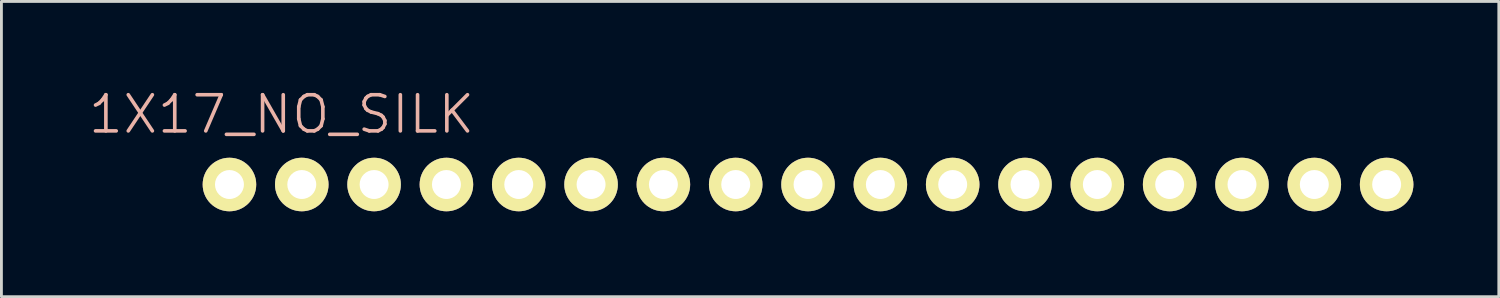
<source format=kicad_pcb>
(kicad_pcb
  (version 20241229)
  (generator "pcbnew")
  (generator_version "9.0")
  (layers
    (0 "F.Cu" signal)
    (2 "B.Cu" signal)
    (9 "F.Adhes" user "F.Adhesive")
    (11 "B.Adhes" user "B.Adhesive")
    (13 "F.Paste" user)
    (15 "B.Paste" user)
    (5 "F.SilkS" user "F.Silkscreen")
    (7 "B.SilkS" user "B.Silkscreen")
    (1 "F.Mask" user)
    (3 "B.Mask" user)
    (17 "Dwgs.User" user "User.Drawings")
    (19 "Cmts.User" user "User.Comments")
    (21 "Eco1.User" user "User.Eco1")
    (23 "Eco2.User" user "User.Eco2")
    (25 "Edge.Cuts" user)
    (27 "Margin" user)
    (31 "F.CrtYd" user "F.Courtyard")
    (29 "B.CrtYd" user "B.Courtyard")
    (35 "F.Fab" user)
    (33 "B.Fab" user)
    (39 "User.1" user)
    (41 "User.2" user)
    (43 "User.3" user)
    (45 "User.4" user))
  (footprint "1X17_NO_SILK"
    (layer "F.Cu")
    (at 5.008 3.43)
    (property "Reference" "1X17_NO_SILK" (at 1.829 -2.464 0) (layer "B.SilkS") (effects (font (size 1.27 1.27) (thickness 0.127))))
    (attr exclude_from_pos_files exclude_from_bom)
    (fp_line (start -0.254 -0.254) (end 0.254 -0.254) (stroke (width 0.066) (type solid)) (layer "F.SilkS"))
    (fp_line (start -0.254 0.254) (end -0.254 -0.254) (stroke (width 0.066) (type solid)) (layer "F.SilkS"))
    (fp_line (start -0.254 0.254) (end 0.254 0.254) (stroke (width 0.066) (type solid)) (layer "F.SilkS"))
    (fp_line (start 0.254 0.254) (end 0.254 -0.254) (stroke (width 0.066) (type solid)) (layer "F.SilkS"))
    (fp_line (start 2.286 -0.254) (end 2.794 -0.254) (stroke (width 0.066) (type solid)) (layer "F.SilkS"))
    (fp_line (start 2.286 0.254) (end 2.286 -0.254) (stroke (width 0.066) (type solid)) (layer "F.SilkS"))
    (fp_line (start 2.286 0.254) (end 2.794 0.254) (stroke (width 0.066) (type solid)) (layer "F.SilkS"))
    (fp_line (start 2.794 0.254) (end 2.794 -0.254) (stroke (width 0.066) (type solid)) (layer "F.SilkS"))
    (fp_line (start 4.826 -0.254) (end 5.334 -0.254) (stroke (width 0.066) (type solid)) (layer "F.SilkS"))
    (fp_line (start 4.826 0.254) (end 4.826 -0.254) (stroke (width 0.066) (type solid)) (layer "F.SilkS"))
    (fp_line (start 4.826 0.254) (end 5.334 0.254) (stroke (width 0.066) (type solid)) (layer "F.SilkS"))
    (fp_line (start 5.334 0.254) (end 5.334 -0.254) (stroke (width 0.066) (type solid)) (layer "F.SilkS"))
    (fp_line (start 7.366 -0.254) (end 7.874 -0.254) (stroke (width 0.066) (type solid)) (layer "F.SilkS"))
    (fp_line (start 7.366 0.254) (end 7.366 -0.254) (stroke (width 0.066) (type solid)) (layer "F.SilkS"))
    (fp_line (start 7.366 0.254) (end 7.874 0.254) (stroke (width 0.066) (type solid)) (layer "F.SilkS"))
    (fp_line (start 7.874 0.254) (end 7.874 -0.254) (stroke (width 0.066) (type solid)) (layer "F.SilkS"))
    (fp_line (start 9.906 -0.254) (end 10.414 -0.254) (stroke (width 0.066) (type solid)) (layer "F.SilkS"))
    (fp_line (start 9.906 0.254) (end 9.906 -0.254) (stroke (width 0.066) (type solid)) (layer "F.SilkS"))
    (fp_line (start 9.906 0.254) (end 10.414 0.254) (stroke (width 0.066) (type solid)) (layer "F.SilkS"))
    (fp_line (start 10.414 0.254) (end 10.414 -0.254) (stroke (width 0.066) (type solid)) (layer "F.SilkS"))
    (fp_line (start 12.446 -0.254) (end 12.954 -0.254) (stroke (width 0.066) (type solid)) (layer "F.SilkS"))
    (fp_line (start 12.446 0.254) (end 12.446 -0.254) (stroke (width 0.066) (type solid)) (layer "F.SilkS"))
    (fp_line (start 12.446 0.254) (end 12.954 0.254) (stroke (width 0.066) (type solid)) (layer "F.SilkS"))
    (fp_line (start 12.954 0.254) (end 12.954 -0.254) (stroke (width 0.066) (type solid)) (layer "F.SilkS"))
    (fp_line (start 14.986 -0.254) (end 15.494 -0.254) (stroke (width 0.066) (type solid)) (layer "F.SilkS"))
    (fp_line (start 14.986 0.254) (end 14.986 -0.254) (stroke (width 0.066) (type solid)) (layer "F.SilkS"))
    (fp_line (start 14.986 0.254) (end 15.494 0.254) (stroke (width 0.066) (type solid)) (layer "F.SilkS"))
    (fp_line (start 15.494 0.254) (end 15.494 -0.254) (stroke (width 0.066) (type solid)) (layer "F.SilkS"))
    (fp_line (start 17.523 -0.254) (end 18.034 -0.254) (stroke (width 0.066) (type solid)) (layer "F.SilkS"))
    (fp_line (start 17.523 0.254) (end 17.523 -0.254) (stroke (width 0.066) (type solid)) (layer "F.SilkS"))
    (fp_line (start 17.523 0.254) (end 18.034 0.254) (stroke (width 0.066) (type solid)) (layer "F.SilkS"))
    (fp_line (start 18.034 0.254) (end 18.034 -0.254) (stroke (width 0.066) (type solid)) (layer "F.SilkS"))
    (fp_line (start 20.066 -0.254) (end 20.574 -0.254) (stroke (width 0.066) (type solid)) (layer "F.SilkS"))
    (fp_line (start 20.066 0.254) (end 20.066 -0.254) (stroke (width 0.066) (type solid)) (layer "F.SilkS"))
    (fp_line (start 20.066 0.254) (end 20.574 0.254) (stroke (width 0.066) (type solid)) (layer "F.SilkS"))
    (fp_line (start 20.574 0.254) (end 20.574 -0.254) (stroke (width 0.066) (type solid)) (layer "F.SilkS"))
    (fp_line (start 22.606 -0.254) (end 23.114 -0.254) (stroke (width 0.066) (type solid)) (layer "F.SilkS"))
    (fp_line (start 22.606 0.254) (end 22.606 -0.254) (stroke (width 0.066) (type solid)) (layer "F.SilkS"))
    (fp_line (start 22.606 0.254) (end 23.114 0.254) (stroke (width 0.066) (type solid)) (layer "F.SilkS"))
    (fp_line (start 23.114 0.254) (end 23.114 -0.254) (stroke (width 0.066) (type solid)) (layer "F.SilkS"))
    (fp_line (start 25.146 -0.254) (end 25.654 -0.254) (stroke (width 0.066) (type solid)) (layer "F.SilkS"))
    (fp_line (start 25.146 0.254) (end 25.146 -0.254) (stroke (width 0.066) (type solid)) (layer "F.SilkS"))
    (fp_line (start 25.146 0.254) (end 25.654 0.254) (stroke (width 0.066) (type solid)) (layer "F.SilkS"))
    (fp_line (start 25.654 0.254) (end 25.654 -0.254) (stroke (width 0.066) (type solid)) (layer "F.SilkS"))
    (fp_line (start 27.686 -0.254) (end 28.194 -0.254) (stroke (width 0.066) (type solid)) (layer "F.SilkS"))
    (fp_line (start 27.686 0.254) (end 27.686 -0.254) (stroke (width 0.066) (type solid)) (layer "F.SilkS"))
    (fp_line (start 27.686 0.254) (end 28.194 0.254) (stroke (width 0.066) (type solid)) (layer "F.SilkS"))
    (fp_line (start 28.194 0.254) (end 28.194 -0.254) (stroke (width 0.066) (type solid)) (layer "F.SilkS"))
    (fp_line (start 30.226 -0.254) (end 30.734 -0.254) (stroke (width 0.066) (type solid)) (layer "F.SilkS"))
    (fp_line (start 30.226 0.254) (end 30.226 -0.254) (stroke (width 0.066) (type solid)) (layer "F.SilkS"))
    (fp_line (start 30.226 0.254) (end 30.734 0.254) (stroke (width 0.066) (type solid)) (layer "F.SilkS"))
    (fp_line (start 30.734 0.254) (end 30.734 -0.254) (stroke (width 0.066) (type solid)) (layer "F.SilkS"))
    (fp_line (start 32.766 -0.254) (end 33.274 -0.254) (stroke (width 0.066) (type solid)) (layer "F.SilkS"))
    (fp_line (start 32.766 0.254) (end 32.766 -0.254) (stroke (width 0.066) (type solid)) (layer "F.SilkS"))
    (fp_line (start 32.766 0.254) (end 33.274 0.254) (stroke (width 0.066) (type solid)) (layer "F.SilkS"))
    (fp_line (start 33.274 0.254) (end 33.274 -0.254) (stroke (width 0.066) (type solid)) (layer "F.SilkS"))
    (fp_line (start 35.303 -0.254) (end 35.814 -0.254) (stroke (width 0.066) (type solid)) (layer "F.SilkS"))
    (fp_line (start 35.303 0.254) (end 35.303 -0.254) (stroke (width 0.066) (type solid)) (layer "F.SilkS"))
    (fp_line (start 35.303 0.254) (end 35.814 0.254) (stroke (width 0.066) (type solid)) (layer "F.SilkS"))
    (fp_line (start 35.814 0.254) (end 35.814 -0.254) (stroke (width 0.066) (type solid)) (layer "F.SilkS"))
    (fp_line (start 37.846 -0.254) (end 38.354 -0.254) (stroke (width 0.066) (type solid)) (layer "F.SilkS"))
    (fp_line (start 37.846 0.254) (end 37.846 -0.254) (stroke (width 0.066) (type solid)) (layer "F.SilkS"))
    (fp_line (start 37.846 0.254) (end 38.354 0.254) (stroke (width 0.066) (type solid)) (layer "F.SilkS"))
    (fp_line (start 38.354 0.254) (end 38.354 -0.254) (stroke (width 0.066) (type solid)) (layer "F.SilkS"))
    (fp_line (start 40.386 -0.254) (end 40.894 -0.254) (stroke (width 0.066) (type solid)) (layer "F.SilkS"))
    (fp_line (start 40.386 0.254) (end 40.386 -0.254) (stroke (width 0.066) (type solid)) (layer "F.SilkS"))
    (fp_line (start 40.386 0.254) (end 40.894 0.254) (stroke (width 0.066) (type solid)) (layer "F.SilkS"))
    (fp_line (start 40.894 0.254) (end 40.894 -0.254) (stroke (width 0.066) (type solid)) (layer "F.SilkS"))
    (pad "1" thru_hole circle (at 0 0) (size 1.88 1.88) (drill 1.016) (layers "*.Cu" "F.Mask" "F.SilkS" "F.Paste"))
    (pad "2" thru_hole circle (at 2.54 0) (size 1.88 1.88) (drill 1.016) (layers "*.Cu" "F.Mask" "F.SilkS" "F.Paste"))
    (pad "3" thru_hole circle (at 5.08 0) (size 1.88 1.88) (drill 1.016) (layers "*.Cu" "F.Mask" "F.SilkS" "F.Paste"))
    (pad "4" thru_hole circle (at 7.62 0) (size 1.88 1.88) (drill 1.016) (layers "*.Cu" "F.Mask" "F.SilkS" "F.Paste"))
    (pad "5" thru_hole circle (at 10.16 0) (size 1.88 1.88) (drill 1.016) (layers "*.Cu" "F.Mask" "F.SilkS" "F.Paste"))
    (pad "6" thru_hole circle (at 12.7 0) (size 1.88 1.88) (drill 1.016) (layers "*.Cu" "F.Mask" "F.SilkS" "F.Paste"))
    (pad "7" thru_hole circle (at 15.24 0) (size 1.88 1.88) (drill 1.016) (layers "*.Cu" "F.Mask" "F.SilkS" "F.Paste"))
    (pad "8" thru_hole circle (at 17.78 0) (size 1.88 1.88) (drill 1.016) (layers "*.Cu" "F.Mask" "F.SilkS" "F.Paste"))
    (pad "9" thru_hole circle (at 20.32 0) (size 1.88 1.88) (drill 1.016) (layers "*.Cu" "F.Mask" "F.SilkS" "F.Paste"))
    (pad "10" thru_hole circle (at 22.86 0) (size 1.88 1.88) (drill 1.016) (layers "*.Cu" "F.Mask" "F.SilkS" "F.Paste"))
    (pad "11" thru_hole circle (at 25.4 0) (size 1.88 1.88) (drill 1.016) (layers "*.Cu" "F.Mask" "F.SilkS" "F.Paste"))
    (pad "12" thru_hole circle (at 27.94 0) (size 1.88 1.88) (drill 1.016) (layers "*.Cu" "F.Mask" "F.SilkS" "F.Paste"))
    (pad "13" thru_hole circle (at 30.48 0) (size 1.88 1.88) (drill 1.016) (layers "*.Cu" "F.Mask" "F.SilkS" "F.Paste"))
    (pad "14" thru_hole circle (at 33.02 0) (size 1.88 1.88) (drill 1.016) (layers "*.Cu" "F.Mask" "F.SilkS" "F.Paste"))
    (pad "15" thru_hole circle (at 35.56 0) (size 1.88 1.88) (drill 1.016) (layers "*.Cu" "F.Mask" "F.SilkS" "F.Paste"))
    (pad "16" thru_hole circle (at 38.1 0) (size 1.88 1.88) (drill 1.016) (layers "*.Cu" "F.Mask" "F.SilkS" "F.Paste"))
    (pad "17" thru_hole circle (at 40.64 0) (size 1.88 1.88) (drill 1.016) (layers "*.Cu" "F.Mask" "F.SilkS" "F.Paste")))
  (gr_rect
    (start -3 -3)
    (end 49.588 7.369)
    (stroke (width 0.1) (type default))
    (fill no)
    (layer "Edge.Cuts")))
</source>
